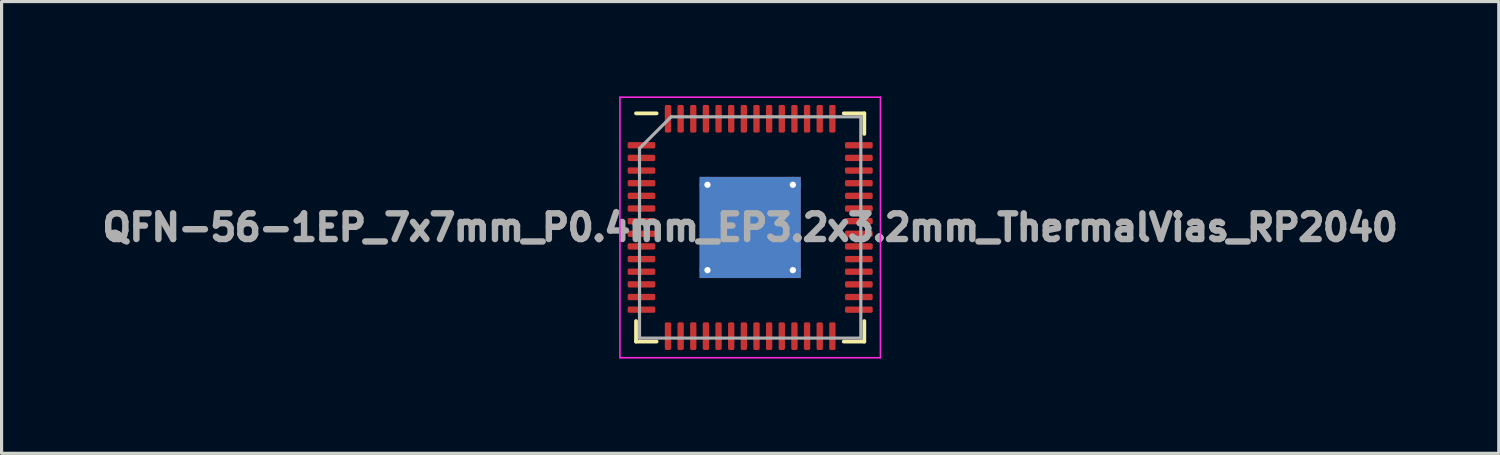
<source format=kicad_pcb>
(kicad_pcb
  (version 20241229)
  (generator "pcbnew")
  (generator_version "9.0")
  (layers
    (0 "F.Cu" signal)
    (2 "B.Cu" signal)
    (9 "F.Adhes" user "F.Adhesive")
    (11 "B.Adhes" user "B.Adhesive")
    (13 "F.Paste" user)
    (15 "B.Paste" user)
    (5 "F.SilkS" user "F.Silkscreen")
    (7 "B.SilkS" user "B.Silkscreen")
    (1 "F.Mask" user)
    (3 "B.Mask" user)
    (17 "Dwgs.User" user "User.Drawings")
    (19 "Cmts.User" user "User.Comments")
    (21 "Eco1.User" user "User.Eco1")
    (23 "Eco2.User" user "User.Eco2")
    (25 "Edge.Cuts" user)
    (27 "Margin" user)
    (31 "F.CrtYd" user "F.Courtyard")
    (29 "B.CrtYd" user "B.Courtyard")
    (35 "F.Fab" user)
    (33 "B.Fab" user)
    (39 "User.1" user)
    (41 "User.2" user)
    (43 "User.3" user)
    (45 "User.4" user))
  (footprint "QFN-56-1EP_7x7mm_P0.4mm_EP3.2x3.2mm_ThermalVias_RP2040"
    (layer "F.Cu")
    (at 20.679 4.145)
    (property "Reference" "QFN-56-1EP_7x7mm_P0.4mm_EP3.2x3.2mm_ThermalVias_RP2040" (at 0 0 0) (layer "F.Fab") (effects (font (size 0.813 0.813) (thickness 0.203))))
    (attr smd)
    (fp_line (start -3.61 3.61) (end -3.61 2.96) (stroke (width 0.12) (type solid)) (layer "F.SilkS"))
    (fp_line (start -2.96 -3.61) (end -3.61 -3.61) (stroke (width 0.12) (type solid)) (layer "F.SilkS"))
    (fp_line (start -2.96 3.61) (end -3.61 3.61) (stroke (width 0.12) (type solid)) (layer "F.SilkS"))
    (fp_line (start 2.96 -3.61) (end 3.61 -3.61) (stroke (width 0.12) (type solid)) (layer "F.SilkS"))
    (fp_line (start 2.96 3.61) (end 3.61 3.61) (stroke (width 0.12) (type solid)) (layer "F.SilkS"))
    (fp_line (start 3.61 -3.61) (end 3.61 -2.96) (stroke (width 0.12) (type solid)) (layer "F.SilkS"))
    (fp_line (start 3.61 3.61) (end 3.61 2.96) (stroke (width 0.12) (type solid)) (layer "F.SilkS"))
    (fp_line (start -4.12 -4.12) (end -4.12 4.12) (stroke (width 0.05) (type solid)) (layer "F.CrtYd"))
    (fp_line (start -4.12 4.12) (end 4.12 4.12) (stroke (width 0.05) (type solid)) (layer "F.CrtYd"))
    (fp_line (start 4.12 -4.12) (end -4.12 -4.12) (stroke (width 0.05) (type solid)) (layer "F.CrtYd"))
    (fp_line (start 4.12 4.12) (end 4.12 -4.12) (stroke (width 0.05) (type solid)) (layer "F.CrtYd"))
    (fp_line (start -3.5 -2.5) (end -2.5 -3.5) (stroke (width 0.1) (type solid)) (layer "F.Fab"))
    (fp_line (start -3.5 3.5) (end -3.5 -2.5) (stroke (width 0.1) (type solid)) (layer "F.Fab"))
    (fp_line (start -2.5 -3.5) (end 3.5 -3.5) (stroke (width 0.1) (type solid)) (layer "F.Fab"))
    (fp_line (start 3.5 -3.5) (end 3.5 3.5) (stroke (width 0.1) (type solid)) (layer "F.Fab"))
    (fp_line (start 3.5 3.5) (end -3.5 3.5) (stroke (width 0.1) (type solid)) (layer "F.Fab"))
    (pad "" smd custom (at -0.675 -0.675) (size 1.118 1.118) (layers "F.Paste") (options (anchor circle)) (primitives (gr_poly (pts (xy -0.498 -0.397) (xy -0.397 -0.498) (xy 0.498 -0.498) (xy 0.498 0.498) (xy -0.498 0.498)) (width 0.244) (fill yes))))
    (pad "" smd custom (at -0.675 0.675) (size 1.118 1.118) (layers "F.Paste") (options (anchor circle)) (primitives (gr_poly (pts (xy -0.498 -0.498) (xy 0.498 -0.498) (xy 0.498 0.498) (xy -0.397 0.498) (xy -0.498 0.397)) (width 0.244) (fill yes))))
    (pad "" smd custom (at 0.675 -0.675) (size 1.118 1.118) (layers "F.Paste") (options (anchor circle)) (primitives (gr_poly (pts (xy -0.498 -0.498) (xy 0.397 -0.498) (xy 0.498 -0.397) (xy 0.498 0.498) (xy -0.498 0.498)) (width 0.244) (fill yes))))
    (pad "" smd custom (at 0.675 0.675) (size 1.118 1.118) (layers "F.Paste") (options (anchor circle)) (primitives (gr_poly (pts (xy -0.498 -0.498) (xy 0.498 -0.498) (xy 0.498 0.397) (xy 0.397 0.498) (xy -0.498 0.498)) (width 0.244) (fill yes))))
    (pad "1" smd roundrect (at -3.438 -2.6) (size 0.875 0.2) (layers "F.Cu" "F.Mask" "F.Paste") (roundrect_rratio 0.25))
    (pad "2" smd roundrect (at -3.438 -2.2) (size 0.875 0.2) (layers "F.Cu" "F.Mask" "F.Paste") (roundrect_rratio 0.25))
    (pad "3" smd roundrect (at -3.438 -1.8) (size 0.875 0.2) (layers "F.Cu" "F.Mask" "F.Paste") (roundrect_rratio 0.25))
    (pad "4" smd roundrect (at -3.438 -1.4) (size 0.875 0.2) (layers "F.Cu" "F.Mask" "F.Paste") (roundrect_rratio 0.25))
    (pad "5" smd roundrect (at -3.438 -1) (size 0.875 0.2) (layers "F.Cu" "F.Mask" "F.Paste") (roundrect_rratio 0.25))
    (pad "6" smd roundrect (at -3.438 -0.6) (size 0.875 0.2) (layers "F.Cu" "F.Mask" "F.Paste") (roundrect_rratio 0.25))
    (pad "7" smd roundrect (at -3.438 -0.2) (size 0.875 0.2) (layers "F.Cu" "F.Mask" "F.Paste") (roundrect_rratio 0.25))
    (pad "8" smd roundrect (at -3.438 0.2) (size 0.875 0.2) (layers "F.Cu" "F.Mask" "F.Paste") (roundrect_rratio 0.25))
    (pad "9" smd roundrect (at -3.438 0.6) (size 0.875 0.2) (layers "F.Cu" "F.Mask" "F.Paste") (roundrect_rratio 0.25))
    (pad "10" smd roundrect (at -3.438 1) (size 0.875 0.2) (layers "F.Cu" "F.Mask" "F.Paste") (roundrect_rratio 0.25))
    (pad "11" smd roundrect (at -3.438 1.4) (size 0.875 0.2) (layers "F.Cu" "F.Mask" "F.Paste") (roundrect_rratio 0.25))
    (pad "12" smd roundrect (at -3.438 1.8) (size 0.875 0.2) (layers "F.Cu" "F.Mask" "F.Paste") (roundrect_rratio 0.25))
    (pad "13" smd roundrect (at -3.438 2.2) (size 0.875 0.2) (layers "F.Cu" "F.Mask" "F.Paste") (roundrect_rratio 0.25))
    (pad "14" smd roundrect (at -3.438 2.6) (size 0.875 0.2) (layers "F.Cu" "F.Mask" "F.Paste") (roundrect_rratio 0.25))
    (pad "15" smd roundrect (at -2.6 3.438) (size 0.2 0.875) (layers "F.Cu" "F.Mask" "F.Paste") (roundrect_rratio 0.25))
    (pad "16" smd roundrect (at -2.2 3.438) (size 0.2 0.875) (layers "F.Cu" "F.Mask" "F.Paste") (roundrect_rratio 0.25))
    (pad "17" smd roundrect (at -1.8 3.438) (size 0.2 0.875) (layers "F.Cu" "F.Mask" "F.Paste") (roundrect_rratio 0.25))
    (pad "18" smd roundrect (at -1.4 3.438) (size 0.2 0.875) (layers "F.Cu" "F.Mask" "F.Paste") (roundrect_rratio 0.25))
    (pad "19" smd roundrect (at -1 3.438) (size 0.2 0.875) (layers "F.Cu" "F.Mask" "F.Paste") (roundrect_rratio 0.25))
    (pad "20" smd roundrect (at -0.6 3.438) (size 0.2 0.875) (layers "F.Cu" "F.Mask" "F.Paste") (roundrect_rratio 0.25))
    (pad "21" smd roundrect (at -0.2 3.438) (size 0.2 0.875) (layers "F.Cu" "F.Mask" "F.Paste") (roundrect_rratio 0.25))
    (pad "22" smd roundrect (at 0.2 3.438) (size 0.2 0.875) (layers "F.Cu" "F.Mask" "F.Paste") (roundrect_rratio 0.25))
    (pad "23" smd roundrect (at 0.6 3.438) (size 0.2 0.875) (layers "F.Cu" "F.Mask" "F.Paste") (roundrect_rratio 0.25))
    (pad "24" smd roundrect (at 1 3.438) (size 0.2 0.875) (layers "F.Cu" "F.Mask" "F.Paste") (roundrect_rratio 0.25))
    (pad "25" smd roundrect (at 1.4 3.438) (size 0.2 0.875) (layers "F.Cu" "F.Mask" "F.Paste") (roundrect_rratio 0.25))
    (pad "26" smd roundrect (at 1.8 3.438) (size 0.2 0.875) (layers "F.Cu" "F.Mask" "F.Paste") (roundrect_rratio 0.25))
    (pad "27" smd roundrect (at 2.2 3.438) (size 0.2 0.875) (layers "F.Cu" "F.Mask" "F.Paste") (roundrect_rratio 0.25))
    (pad "28" smd roundrect (at 2.6 3.438) (size 0.2 0.875) (layers "F.Cu" "F.Mask" "F.Paste") (roundrect_rratio 0.25))
    (pad "29" smd roundrect (at 3.438 2.6) (size 0.875 0.2) (layers "F.Cu" "F.Mask" "F.Paste") (roundrect_rratio 0.25))
    (pad "30" smd roundrect (at 3.438 2.2) (size 0.875 0.2) (layers "F.Cu" "F.Mask" "F.Paste") (roundrect_rratio 0.25))
    (pad "31" smd roundrect (at 3.438 1.8) (size 0.875 0.2) (layers "F.Cu" "F.Mask" "F.Paste") (roundrect_rratio 0.25))
    (pad "32" smd roundrect (at 3.438 1.4) (size 0.875 0.2) (layers "F.Cu" "F.Mask" "F.Paste") (roundrect_rratio 0.25))
    (pad "33" smd roundrect (at 3.438 1) (size 0.875 0.2) (layers "F.Cu" "F.Mask" "F.Paste") (roundrect_rratio 0.25))
    (pad "34" smd roundrect (at 3.438 0.6) (size 0.875 0.2) (layers "F.Cu" "F.Mask" "F.Paste") (roundrect_rratio 0.25))
    (pad "35" smd roundrect (at 3.438 0.2) (size 0.875 0.2) (layers "F.Cu" "F.Mask" "F.Paste") (roundrect_rratio 0.25))
    (pad "36" smd roundrect (at 3.438 -0.2) (size 0.875 0.2) (layers "F.Cu" "F.Mask" "F.Paste") (roundrect_rratio 0.25))
    (pad "37" smd roundrect (at 3.438 -0.6) (size 0.875 0.2) (layers "F.Cu" "F.Mask" "F.Paste") (roundrect_rratio 0.25))
    (pad "38" smd roundrect (at 3.438 -1) (size 0.875 0.2) (layers "F.Cu" "F.Mask" "F.Paste") (roundrect_rratio 0.25))
    (pad "39" smd roundrect (at 3.438 -1.4) (size 0.875 0.2) (layers "F.Cu" "F.Mask" "F.Paste") (roundrect_rratio 0.25))
    (pad "40" smd roundrect (at 3.438 -1.8) (size 0.875 0.2) (layers "F.Cu" "F.Mask" "F.Paste") (roundrect_rratio 0.25))
    (pad "41" smd roundrect (at 3.438 -2.2) (size 0.875 0.2) (layers "F.Cu" "F.Mask" "F.Paste") (roundrect_rratio 0.25))
    (pad "42" smd roundrect (at 3.438 -2.6) (size 0.875 0.2) (layers "F.Cu" "F.Mask" "F.Paste") (roundrect_rratio 0.25))
    (pad "43" smd roundrect (at 2.6 -3.438) (size 0.2 0.875) (layers "F.Cu" "F.Mask" "F.Paste") (roundrect_rratio 0.25))
    (pad "44" smd roundrect (at 2.2 -3.438) (size 0.2 0.875) (layers "F.Cu" "F.Mask" "F.Paste") (roundrect_rratio 0.25))
    (pad "45" smd roundrect (at 1.8 -3.438) (size 0.2 0.875) (layers "F.Cu" "F.Mask" "F.Paste") (roundrect_rratio 0.25))
    (pad "46" smd roundrect (at 1.4 -3.438) (size 0.2 0.875) (layers "F.Cu" "F.Mask" "F.Paste") (roundrect_rratio 0.25))
    (pad "47" smd roundrect (at 1 -3.438) (size 0.2 0.875) (layers "F.Cu" "F.Mask" "F.Paste") (roundrect_rratio 0.25))
    (pad "48" smd roundrect (at 0.6 -3.438) (size 0.2 0.875) (layers "F.Cu" "F.Mask" "F.Paste") (roundrect_rratio 0.25))
    (pad "49" smd roundrect (at 0.2 -3.438) (size 0.2 0.875) (layers "F.Cu" "F.Mask" "F.Paste") (roundrect_rratio 0.25))
    (pad "50" smd roundrect (at -0.2 -3.438) (size 0.2 0.875) (layers "F.Cu" "F.Mask" "F.Paste") (roundrect_rratio 0.25))
    (pad "51" smd roundrect (at -0.6 -3.438) (size 0.2 0.875) (layers "F.Cu" "F.Mask" "F.Paste") (roundrect_rratio 0.25))
    (pad "52" smd roundrect (at -1 -3.438) (size 0.2 0.875) (layers "F.Cu" "F.Mask" "F.Paste") (roundrect_rratio 0.25))
    (pad "53" smd roundrect (at -1.4 -3.438) (size 0.2 0.875) (layers "F.Cu" "F.Mask" "F.Paste") (roundrect_rratio 0.25))
    (pad "54" smd roundrect (at -1.8 -3.438) (size 0.2 0.875) (layers "F.Cu" "F.Mask" "F.Paste") (roundrect_rratio 0.25))
    (pad "55" smd roundrect (at -2.2 -3.438) (size 0.2 0.875) (layers "F.Cu" "F.Mask" "F.Paste") (roundrect_rratio 0.25))
    (pad "56" smd roundrect (at -2.6 -3.438) (size 0.2 0.875) (layers "F.Cu" "F.Mask" "F.Paste") (roundrect_rratio 0.25))
    (pad "57" thru_hole circle (at -1.35 -1.35) (size 0.5 0.5) (drill 0.2) (layers "*.Cu"))
    (pad "57" thru_hole circle (at -1.35 1.35) (size 0.5 0.5) (drill 0.2) (layers "*.Cu"))
    (pad "57" smd rect (at 0 0) (size 3.2 3.2) (layers "F.Cu" "F.Mask"))
    (pad "57" smd rect (at 0 0) (size 3.2 3.2) (layers "B.Cu"))
    (pad "57" thru_hole circle (at 1.35 -1.35) (size 0.5 0.5) (drill 0.2) (layers "*.Cu"))
    (pad "57" thru_hole circle (at 1.35 1.35) (size 0.5 0.5) (drill 0.2) (layers "*.Cu")))
  (gr_rect
    (start -3 -3)
    (end 44.358 11.29)
    (stroke (width 0.1) (type default))
    (fill no)
    (layer "Edge.Cuts")))
</source>
